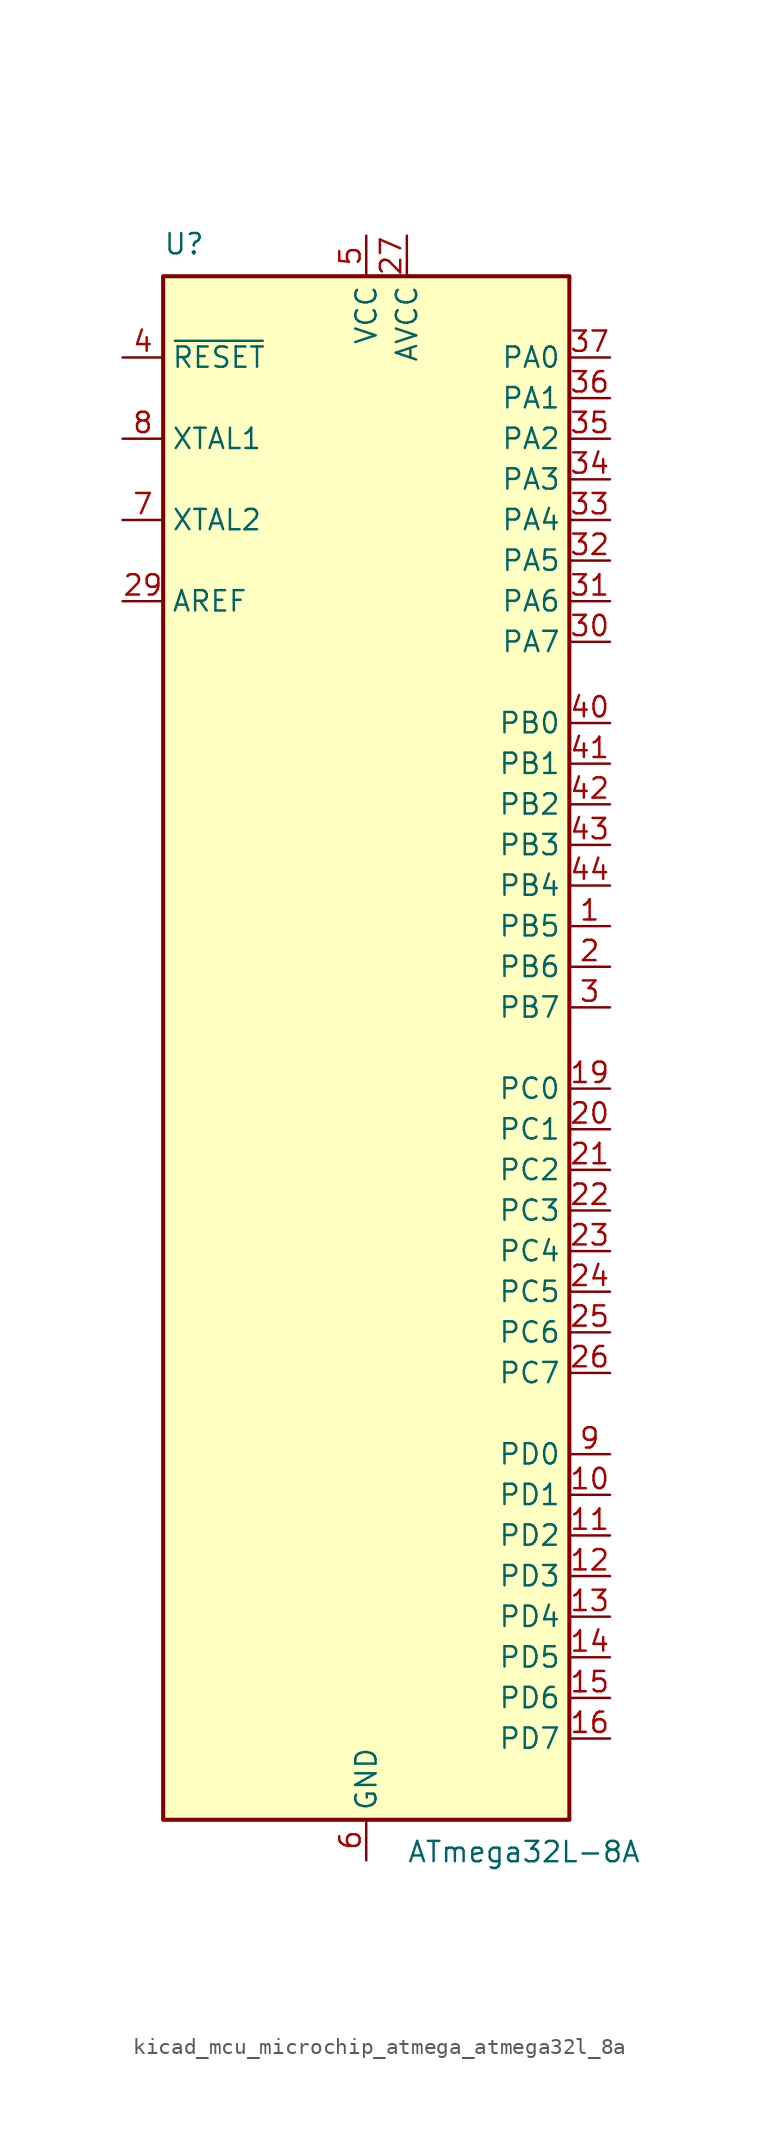
<source format=kicad_sym>
(kicad_symbol_lib
  (version 20220914)
  (generator kicad_symbol_editor)
  (symbol "kicad_mcu_microchip_atmega_atmega32l_8a"
    (property "Reference" "U"
      (at -12.7 49.53 0)
      (effects (font (size 1.27 1.27)) (justify left bottom)))
    (property "Value" "ATmega32L-8A"
      (at 2.54 -49.53 0)
      (effects (font (size 1.27 1.27)) (justify left top)))
    (symbol "kicad_mcu_microchip_atmega_atmega32l_8a_0_1"
      (rectangle (start -12.7 -48.26) (end 12.7 48.26) (stroke (width 0.254) (type default)) (fill (type background))))
    (symbol "kicad_mcu_microchip_atmega_atmega32l_8a_1_1"
      (pin bidirectional line (at 15.24 7.62 180) (length 2.54) (name "PB5" (effects (font (size 1.27 1.27)))) (number "1" (effects (font (size 1.27 1.27)))))
      (pin bidirectional line (at 15.24 -27.94 180) (length 2.54) (name "PD1" (effects (font (size 1.27 1.27)))) (number "10" (effects (font (size 1.27 1.27)))))
      (pin bidirectional line (at 15.24 -30.48 180) (length 2.54) (name "PD2" (effects (font (size 1.27 1.27)))) (number "11" (effects (font (size 1.27 1.27)))))
      (pin bidirectional line (at 15.24 -33.02 180) (length 2.54) (name "PD3" (effects (font (size 1.27 1.27)))) (number "12" (effects (font (size 1.27 1.27)))))
      (pin bidirectional line (at 15.24 -35.56 180) (length 2.54) (name "PD4" (effects (font (size 1.27 1.27)))) (number "13" (effects (font (size 1.27 1.27)))))
      (pin bidirectional line (at 15.24 -38.1 180) (length 2.54) (name "PD5" (effects (font (size 1.27 1.27)))) (number "14" (effects (font (size 1.27 1.27)))))
      (pin bidirectional line (at 15.24 -40.64 180) (length 2.54) (name "PD6" (effects (font (size 1.27 1.27)))) (number "15" (effects (font (size 1.27 1.27)))))
      (pin bidirectional line (at 15.24 -43.18 180) (length 2.54) (name "PD7" (effects (font (size 1.27 1.27)))) (number "16" (effects (font (size 1.27 1.27)))))
      (pin passive line (at 0 50.8 270) (length 2.54) hide (name "VCC" (effects (font (size 1.27 1.27)))) (number "17" (effects (font (size 1.27 1.27)))))
      (pin passive line (at 0 -50.8 90) (length 2.54) hide (name "GND" (effects (font (size 1.27 1.27)))) (number "18" (effects (font (size 1.27 1.27)))))
      (pin bidirectional line (at 15.24 -2.54 180) (length 2.54) (name "PC0" (effects (font (size 1.27 1.27)))) (number "19" (effects (font (size 1.27 1.27)))))
      (pin bidirectional line (at 15.24 5.08 180) (length 2.54) (name "PB6" (effects (font (size 1.27 1.27)))) (number "2" (effects (font (size 1.27 1.27)))))
      (pin bidirectional line (at 15.24 -5.08 180) (length 2.54) (name "PC1" (effects (font (size 1.27 1.27)))) (number "20" (effects (font (size 1.27 1.27)))))
      (pin bidirectional line (at 15.24 -7.62 180) (length 2.54) (name "PC2" (effects (font (size 1.27 1.27)))) (number "21" (effects (font (size 1.27 1.27)))))
      (pin bidirectional line (at 15.24 -10.16 180) (length 2.54) (name "PC3" (effects (font (size 1.27 1.27)))) (number "22" (effects (font (size 1.27 1.27)))))
      (pin bidirectional line (at 15.24 -12.7 180) (length 2.54) (name "PC4" (effects (font (size 1.27 1.27)))) (number "23" (effects (font (size 1.27 1.27)))))
      (pin bidirectional line (at 15.24 -15.24 180) (length 2.54) (name "PC5" (effects (font (size 1.27 1.27)))) (number "24" (effects (font (size 1.27 1.27)))))
      (pin bidirectional line (at 15.24 -17.78 180) (length 2.54) (name "PC6" (effects (font (size 1.27 1.27)))) (number "25" (effects (font (size 1.27 1.27)))))
      (pin bidirectional line (at 15.24 -20.32 180) (length 2.54) (name "PC7" (effects (font (size 1.27 1.27)))) (number "26" (effects (font (size 1.27 1.27)))))
      (pin power_in line (at 2.54 50.8 270) (length 2.54) (name "AVCC" (effects (font (size 1.27 1.27)))) (number "27" (effects (font (size 1.27 1.27)))))
      (pin passive line (at 0 -50.8 90) (length 2.54) hide (name "GND" (effects (font (size 1.27 1.27)))) (number "28" (effects (font (size 1.27 1.27)))))
      (pin passive line (at -15.24 27.94 0) (length 2.54) (name "AREF" (effects (font (size 1.27 1.27)))) (number "29" (effects (font (size 1.27 1.27)))))
      (pin bidirectional line (at 15.24 2.54 180) (length 2.54) (name "PB7" (effects (font (size 1.27 1.27)))) (number "3" (effects (font (size 1.27 1.27)))))
      (pin bidirectional line (at 15.24 25.4 180) (length 2.54) (name "PA7" (effects (font (size 1.27 1.27)))) (number "30" (effects (font (size 1.27 1.27)))))
      (pin bidirectional line (at 15.24 27.94 180) (length 2.54) (name "PA6" (effects (font (size 1.27 1.27)))) (number "31" (effects (font (size 1.27 1.27)))))
      (pin bidirectional line (at 15.24 30.48 180) (length 2.54) (name "PA5" (effects (font (size 1.27 1.27)))) (number "32" (effects (font (size 1.27 1.27)))))
      (pin bidirectional line (at 15.24 33.02 180) (length 2.54) (name "PA4" (effects (font (size 1.27 1.27)))) (number "33" (effects (font (size 1.27 1.27)))))
      (pin bidirectional line (at 15.24 35.56 180) (length 2.54) (name "PA3" (effects (font (size 1.27 1.27)))) (number "34" (effects (font (size 1.27 1.27)))))
      (pin bidirectional line (at 15.24 38.1 180) (length 2.54) (name "PA2" (effects (font (size 1.27 1.27)))) (number "35" (effects (font (size 1.27 1.27)))))
      (pin bidirectional line (at 15.24 40.64 180) (length 2.54) (name "PA1" (effects (font (size 1.27 1.27)))) (number "36" (effects (font (size 1.27 1.27)))))
      (pin bidirectional line (at 15.24 43.18 180) (length 2.54) (name "PA0" (effects (font (size 1.27 1.27)))) (number "37" (effects (font (size 1.27 1.27)))))
      (pin passive line (at 0 50.8 270) (length 2.54) hide (name "VCC" (effects (font (size 1.27 1.27)))) (number "38" (effects (font (size 1.27 1.27)))))
      (pin passive line (at 0 -50.8 90) (length 2.54) hide (name "GND" (effects (font (size 1.27 1.27)))) (number "39" (effects (font (size 1.27 1.27)))))
      (pin input line (at -15.24 43.18 0) (length 2.54) (name "~{RESET}" (effects (font (size 1.27 1.27)))) (number "4" (effects (font (size 1.27 1.27)))))
      (pin bidirectional line (at 15.24 20.32 180) (length 2.54) (name "PB0" (effects (font (size 1.27 1.27)))) (number "40" (effects (font (size 1.27 1.27)))))
      (pin bidirectional line (at 15.24 17.78 180) (length 2.54) (name "PB1" (effects (font (size 1.27 1.27)))) (number "41" (effects (font (size 1.27 1.27)))))
      (pin bidirectional line (at 15.24 15.24 180) (length 2.54) (name "PB2" (effects (font (size 1.27 1.27)))) (number "42" (effects (font (size 1.27 1.27)))))
      (pin bidirectional line (at 15.24 12.7 180) (length 2.54) (name "PB3" (effects (font (size 1.27 1.27)))) (number "43" (effects (font (size 1.27 1.27)))))
      (pin bidirectional line (at 15.24 10.16 180) (length 2.54) (name "PB4" (effects (font (size 1.27 1.27)))) (number "44" (effects (font (size 1.27 1.27)))))
      (pin power_in line (at 0 50.8 270) (length 2.54) (name "VCC" (effects (font (size 1.27 1.27)))) (number "5" (effects (font (size 1.27 1.27)))))
      (pin power_in line (at 0 -50.8 90) (length 2.54) (name "GND" (effects (font (size 1.27 1.27)))) (number "6" (effects (font (size 1.27 1.27)))))
      (pin output line (at -15.24 33.02 0) (length 2.54) (name "XTAL2" (effects (font (size 1.27 1.27)))) (number "7" (effects (font (size 1.27 1.27)))))
      (pin input line (at -15.24 38.1 0) (length 2.54) (name "XTAL1" (effects (font (size 1.27 1.27)))) (number "8" (effects (font (size 1.27 1.27)))))
      (pin bidirectional line (at 15.24 -25.4 180) (length 2.54) (name "PD0" (effects (font (size 1.27 1.27)))) (number "9" (effects (font (size 1.27 1.27))))))))
</source>
